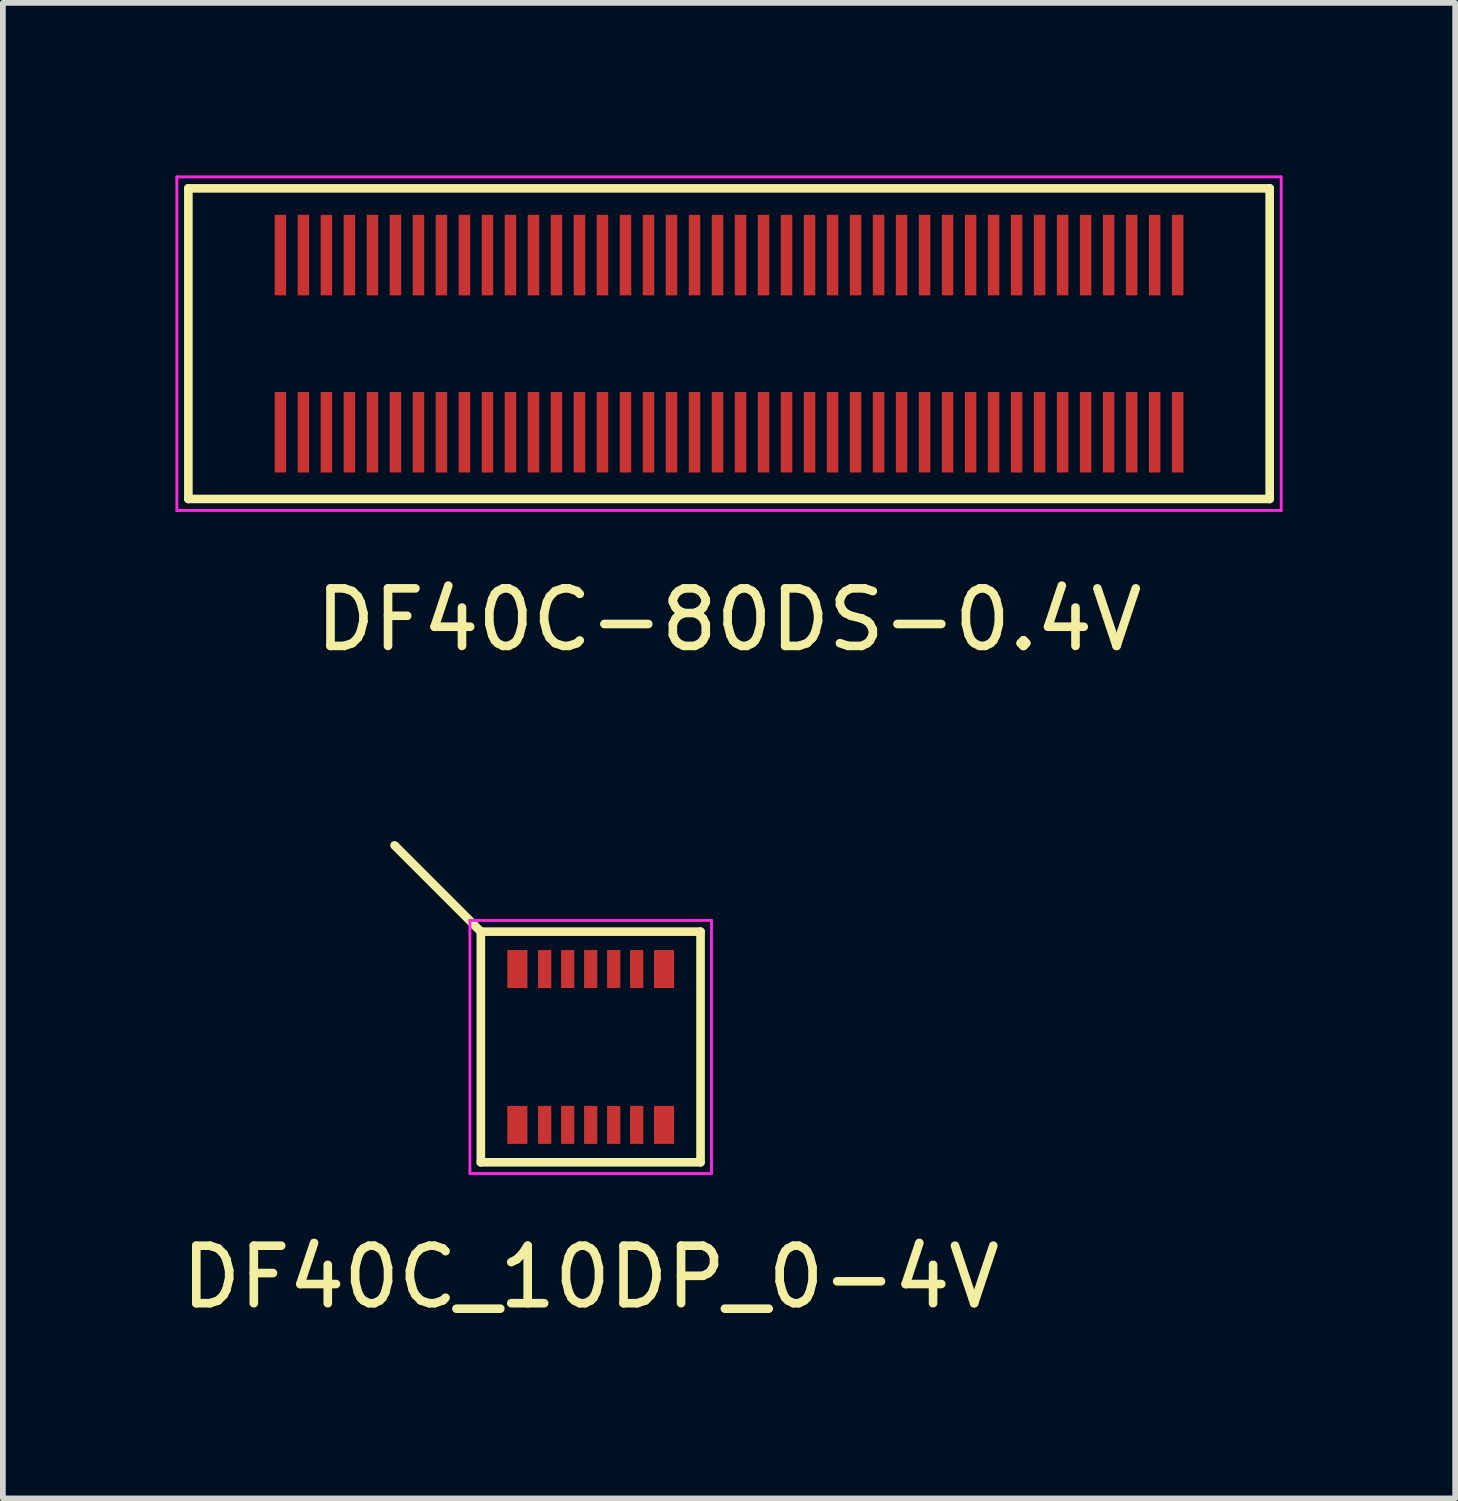
<source format=kicad_pcb>
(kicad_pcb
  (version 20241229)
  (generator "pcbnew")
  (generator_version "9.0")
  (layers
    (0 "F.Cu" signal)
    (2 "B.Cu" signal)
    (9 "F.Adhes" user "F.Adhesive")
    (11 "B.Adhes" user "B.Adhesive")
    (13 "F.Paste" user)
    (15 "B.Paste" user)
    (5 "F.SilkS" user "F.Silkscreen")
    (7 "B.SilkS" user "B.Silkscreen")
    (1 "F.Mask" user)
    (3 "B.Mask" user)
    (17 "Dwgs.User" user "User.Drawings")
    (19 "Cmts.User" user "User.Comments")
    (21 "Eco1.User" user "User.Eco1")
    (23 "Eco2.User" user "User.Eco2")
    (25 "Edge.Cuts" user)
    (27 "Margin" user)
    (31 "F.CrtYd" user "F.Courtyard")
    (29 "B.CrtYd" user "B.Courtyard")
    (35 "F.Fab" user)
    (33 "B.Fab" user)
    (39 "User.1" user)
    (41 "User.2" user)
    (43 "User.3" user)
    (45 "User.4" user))
  (footprint "DF40C-80DS-0.4V"
    (layer "F.Cu")
    (at 9.625 2.925)
    (property "Reference" "DF40C-80DS-0.4V" (at 0 4.8 0) (layer "F.SilkS") (effects (font (size 1 1) (thickness 0.15))))
    (attr smd)
    (fp_line (start -9.4 -2.7) (end -9.4 2.7) (stroke (width 0.15) (type solid)) (layer "F.SilkS"))
    (fp_line (start -9.4 -2.7) (end 9.4 -2.7) (stroke (width 0.15) (type solid)) (layer "F.SilkS"))
    (fp_line (start -9.4 2.7) (end 9.4 2.7) (stroke (width 0.15) (type solid)) (layer "F.SilkS"))
    (fp_line (start 9.4 -2.7) (end 9.4 2.7) (stroke (width 0.15) (type solid)) (layer "F.SilkS"))
    (fp_line (start -9.6 -2.9) (end -9.6 2.9) (stroke (width 0.05) (type solid)) (layer "F.CrtYd"))
    (fp_line (start -9.6 -2.9) (end 9.6 -2.9) (stroke (width 0.05) (type solid)) (layer "F.CrtYd"))
    (fp_line (start -9.6 2.9) (end 9.6 2.9) (stroke (width 0.05) (type solid)) (layer "F.CrtYd"))
    (fp_line (start 9.6 -2.9) (end 9.6 2.9) (stroke (width 0.05) (type solid)) (layer "F.CrtYd"))
    (pad "1" smd rect (at -7.8 -1.54) (size 0.2 1.4) (layers "F.Cu" "F.Mask" "F.Paste"))
    (pad "2" smd rect (at -7.8 1.54) (size 0.2 1.4) (layers "F.Cu" "F.Mask" "F.Paste"))
    (pad "3" smd rect (at -7.4 -1.54) (size 0.2 1.4) (layers "F.Cu" "F.Mask" "F.Paste"))
    (pad "4" smd rect (at -7.4 1.54) (size 0.2 1.4) (layers "F.Cu" "F.Mask" "F.Paste"))
    (pad "5" smd rect (at -7 -1.54) (size 0.2 1.4) (layers "F.Cu" "F.Mask" "F.Paste"))
    (pad "6" smd rect (at -7 1.54) (size 0.2 1.4) (layers "F.Cu" "F.Mask" "F.Paste"))
    (pad "7" smd rect (at -6.6 -1.54) (size 0.2 1.4) (layers "F.Cu" "F.Mask" "F.Paste"))
    (pad "8" smd rect (at -6.6 1.54) (size 0.2 1.4) (layers "F.Cu" "F.Mask" "F.Paste"))
    (pad "9" smd rect (at -6.2 -1.54) (size 0.2 1.4) (layers "F.Cu" "F.Mask" "F.Paste"))
    (pad "10" smd rect (at -6.2 1.54) (size 0.2 1.4) (layers "F.Cu" "F.Mask" "F.Paste"))
    (pad "11" smd rect (at -5.8 -1.54) (size 0.2 1.4) (layers "F.Cu" "F.Mask" "F.Paste"))
    (pad "12" smd rect (at -5.8 1.54) (size 0.2 1.4) (layers "F.Cu" "F.Mask" "F.Paste"))
    (pad "13" smd rect (at -5.4 -1.54) (size 0.2 1.4) (layers "F.Cu" "F.Mask" "F.Paste"))
    (pad "14" smd rect (at -5.4 1.54) (size 0.2 1.4) (layers "F.Cu" "F.Mask" "F.Paste"))
    (pad "15" smd rect (at -5 -1.54) (size 0.2 1.4) (layers "F.Cu" "F.Mask" "F.Paste"))
    (pad "16" smd rect (at -5 1.54) (size 0.2 1.4) (layers "F.Cu" "F.Mask" "F.Paste"))
    (pad "17" smd rect (at -4.6 -1.54) (size 0.2 1.4) (layers "F.Cu" "F.Mask" "F.Paste"))
    (pad "18" smd rect (at -4.6 1.54) (size 0.2 1.4) (layers "F.Cu" "F.Mask" "F.Paste"))
    (pad "19" smd rect (at -4.2 -1.54) (size 0.2 1.4) (layers "F.Cu" "F.Mask" "F.Paste"))
    (pad "20" smd rect (at -4.2 1.54) (size 0.2 1.4) (layers "F.Cu" "F.Mask" "F.Paste"))
    (pad "21" smd rect (at -3.8 -1.54) (size 0.2 1.4) (layers "F.Cu" "F.Mask" "F.Paste"))
    (pad "22" smd rect (at -3.8 1.54) (size 0.2 1.4) (layers "F.Cu" "F.Mask" "F.Paste"))
    (pad "23" smd rect (at -3.4 -1.54) (size 0.2 1.4) (layers "F.Cu" "F.Mask" "F.Paste"))
    (pad "24" smd rect (at -3.4 1.54) (size 0.2 1.4) (layers "F.Cu" "F.Mask" "F.Paste"))
    (pad "25" smd rect (at -3 -1.54) (size 0.2 1.4) (layers "F.Cu" "F.Mask" "F.Paste"))
    (pad "26" smd rect (at -3 1.54) (size 0.2 1.4) (layers "F.Cu" "F.Mask" "F.Paste"))
    (pad "27" smd rect (at -2.6 -1.54) (size 0.2 1.4) (layers "F.Cu" "F.Mask" "F.Paste"))
    (pad "28" smd rect (at -2.6 1.54) (size 0.2 1.4) (layers "F.Cu" "F.Mask" "F.Paste"))
    (pad "29" smd rect (at -2.2 -1.54) (size 0.2 1.4) (layers "F.Cu" "F.Mask" "F.Paste"))
    (pad "30" smd rect (at -2.2 1.54) (size 0.2 1.4) (layers "F.Cu" "F.Mask" "F.Paste"))
    (pad "31" smd rect (at -1.8 -1.54) (size 0.2 1.4) (layers "F.Cu" "F.Mask" "F.Paste"))
    (pad "32" smd rect (at -1.8 1.54) (size 0.2 1.4) (layers "F.Cu" "F.Mask" "F.Paste"))
    (pad "33" smd rect (at -1.4 -1.54) (size 0.2 1.4) (layers "F.Cu" "F.Mask" "F.Paste"))
    (pad "34" smd rect (at -1.4 1.54) (size 0.2 1.4) (layers "F.Cu" "F.Mask" "F.Paste"))
    (pad "35" smd rect (at -1 -1.54) (size 0.2 1.4) (layers "F.Cu" "F.Mask" "F.Paste"))
    (pad "36" smd rect (at -1 1.54) (size 0.2 1.4) (layers "F.Cu" "F.Mask" "F.Paste"))
    (pad "37" smd rect (at -0.6 -1.54) (size 0.2 1.4) (layers "F.Cu" "F.Mask" "F.Paste"))
    (pad "38" smd rect (at -0.6 1.54) (size 0.2 1.4) (layers "F.Cu" "F.Mask" "F.Paste"))
    (pad "39" smd rect (at -0.2 -1.54) (size 0.2 1.4) (layers "F.Cu" "F.Mask" "F.Paste"))
    (pad "40" smd rect (at -0.2 1.54) (size 0.2 1.4) (layers "F.Cu" "F.Mask" "F.Paste"))
    (pad "41" smd rect (at 0.2 -1.54) (size 0.2 1.4) (layers "F.Cu" "F.Mask" "F.Paste"))
    (pad "42" smd rect (at 0.2 1.54) (size 0.2 1.4) (layers "F.Cu" "F.Mask" "F.Paste"))
    (pad "43" smd rect (at 0.6 -1.54) (size 0.2 1.4) (layers "F.Cu" "F.Mask" "F.Paste"))
    (pad "44" smd rect (at 0.6 1.54) (size 0.2 1.4) (layers "F.Cu" "F.Mask" "F.Paste"))
    (pad "45" smd rect (at 1 -1.54) (size 0.2 1.4) (layers "F.Cu" "F.Mask" "F.Paste"))
    (pad "46" smd rect (at 1 1.54) (size 0.2 1.4) (layers "F.Cu" "F.Mask" "F.Paste"))
    (pad "47" smd rect (at 1.4 -1.54) (size 0.2 1.4) (layers "F.Cu" "F.Mask" "F.Paste"))
    (pad "48" smd rect (at 1.4 1.54) (size 0.2 1.4) (layers "F.Cu" "F.Mask" "F.Paste"))
    (pad "49" smd rect (at 1.8 -1.54) (size 0.2 1.4) (layers "F.Cu" "F.Mask" "F.Paste"))
    (pad "50" smd rect (at 1.8 1.54) (size 0.2 1.4) (layers "F.Cu" "F.Mask" "F.Paste"))
    (pad "51" smd rect (at 2.2 -1.54) (size 0.2 1.4) (layers "F.Cu" "F.Mask" "F.Paste"))
    (pad "52" smd rect (at 2.2 1.54) (size 0.2 1.4) (layers "F.Cu" "F.Mask" "F.Paste"))
    (pad "53" smd rect (at 2.6 -1.54) (size 0.2 1.4) (layers "F.Cu" "F.Mask" "F.Paste"))
    (pad "54" smd rect (at 2.6 1.54) (size 0.2 1.4) (layers "F.Cu" "F.Mask" "F.Paste"))
    (pad "55" smd rect (at 3 -1.54) (size 0.2 1.4) (layers "F.Cu" "F.Mask" "F.Paste"))
    (pad "56" smd rect (at 3 1.54) (size 0.2 1.4) (layers "F.Cu" "F.Mask" "F.Paste"))
    (pad "57" smd rect (at 3.4 -1.54) (size 0.2 1.4) (layers "F.Cu" "F.Mask" "F.Paste"))
    (pad "58" smd rect (at 3.4 1.54) (size 0.2 1.4) (layers "F.Cu" "F.Mask" "F.Paste"))
    (pad "59" smd rect (at 3.8 -1.54) (size 0.2 1.4) (layers "F.Cu" "F.Mask" "F.Paste"))
    (pad "60" smd rect (at 3.8 1.54) (size 0.2 1.4) (layers "F.Cu" "F.Mask" "F.Paste"))
    (pad "61" smd rect (at 4.2 -1.54) (size 0.2 1.4) (layers "F.Cu" "F.Mask" "F.Paste"))
    (pad "62" smd rect (at 4.2 1.54) (size 0.2 1.4) (layers "F.Cu" "F.Mask" "F.Paste"))
    (pad "63" smd rect (at 4.6 -1.54) (size 0.2 1.4) (layers "F.Cu" "F.Mask" "F.Paste"))
    (pad "64" smd rect (at 4.6 1.54) (size 0.2 1.4) (layers "F.Cu" "F.Mask" "F.Paste"))
    (pad "65" smd rect (at 5 -1.54) (size 0.2 1.4) (layers "F.Cu" "F.Mask" "F.Paste"))
    (pad "66" smd rect (at 5 1.54) (size 0.2 1.4) (layers "F.Cu" "F.Mask" "F.Paste"))
    (pad "67" smd rect (at 5.4 -1.54) (size 0.2 1.4) (layers "F.Cu" "F.Mask" "F.Paste"))
    (pad "68" smd rect (at 5.4 1.54) (size 0.2 1.4) (layers "F.Cu" "F.Mask" "F.Paste"))
    (pad "69" smd rect (at 5.8 -1.54) (size 0.2 1.4) (layers "F.Cu" "F.Mask" "F.Paste"))
    (pad "70" smd rect (at 5.8 1.54) (size 0.2 1.4) (layers "F.Cu" "F.Mask" "F.Paste"))
    (pad "71" smd rect (at 6.2 -1.54) (size 0.2 1.4) (layers "F.Cu" "F.Mask" "F.Paste"))
    (pad "72" smd rect (at 6.2 1.54) (size 0.2 1.4) (layers "F.Cu" "F.Mask" "F.Paste"))
    (pad "73" smd rect (at 6.6 -1.54) (size 0.2 1.4) (layers "F.Cu" "F.Mask" "F.Paste"))
    (pad "74" smd rect (at 6.6 1.54) (size 0.2 1.4) (layers "F.Cu" "F.Mask" "F.Paste"))
    (pad "75" smd rect (at 7 -1.54) (size 0.2 1.4) (layers "F.Cu" "F.Mask" "F.Paste"))
    (pad "76" smd rect (at 7 1.54) (size 0.2 1.4) (layers "F.Cu" "F.Mask" "F.Paste"))
    (pad "77" smd rect (at 7.4 -1.54) (size 0.2 1.4) (layers "F.Cu" "F.Mask" "F.Paste"))
    (pad "78" smd rect (at 7.4 1.54) (size 0.2 1.4) (layers "F.Cu" "F.Mask" "F.Paste"))
    (pad "79" smd rect (at 7.8 -1.54) (size 0.2 1.4) (layers "F.Cu" "F.Mask" "F.Paste"))
    (pad "80" smd rect (at 7.8 1.54) (size 0.2 1.4) (layers "F.Cu" "F.Mask" "F.Paste")))
  (footprint "DF40C_10DP_0-4V"
    (layer "F.Cu")
    (at 7.22 15.153)
    (property "Reference" "DF40C_10DP_0-4V" (at 0 4 0) (layer "F.SilkS") (effects (font (size 1 1) (thickness 0.15))))
    (attr smd)
    (fp_line (start -1.91 -2.005) (end -3.41 -3.505) (stroke (width 0.15) (type solid)) (layer "F.SilkS"))
    (fp_line (start -1.91 -2.005) (end -1.91 2.005) (stroke (width 0.15) (type solid)) (layer "F.SilkS"))
    (fp_line (start -1.91 -2.005) (end 1.91 -2.005) (stroke (width 0.15) (type solid)) (layer "F.SilkS"))
    (fp_line (start 1.91 2.005) (end -1.91 2.005) (stroke (width 0.15) (type solid)) (layer "F.SilkS"))
    (fp_line (start 1.91 2.005) (end 1.91 -2.005) (stroke (width 0.15) (type solid)) (layer "F.SilkS"))
    (fp_line (start -2.1 -2.2) (end -2.1 2.2) (stroke (width 0.05) (type solid)) (layer "F.CrtYd"))
    (fp_line (start -2.1 -2.2) (end 2.1 -2.2) (stroke (width 0.05) (type solid)) (layer "F.CrtYd"))
    (fp_line (start 2.1 2.2) (end -2.1 2.2) (stroke (width 0.05) (type solid)) (layer "F.CrtYd"))
    (fp_line (start 2.1 2.2) (end 2.1 -2.2) (stroke (width 0.05) (type solid)) (layer "F.CrtYd"))
    (pad "1" smd rect (at -0.8 1.355) (size 0.23 0.66) (layers "F.Cu" "F.Mask" "F.Paste"))
    (pad "2" smd rect (at -0.8 -1.355) (size 0.23 0.66) (layers "F.Cu" "F.Mask" "F.Paste"))
    (pad "3" smd rect (at -0.4 1.355) (size 0.23 0.66) (layers "F.Cu" "F.Mask" "F.Paste"))
    (pad "4" smd rect (at -0.4 -1.355) (size 0.23 0.66) (layers "F.Cu" "F.Mask" "F.Paste"))
    (pad "5" smd rect (at 0 1.355) (size 0.23 0.66) (layers "F.Cu" "F.Mask" "F.Paste"))
    (pad "6" smd rect (at 0 -1.355) (size 0.23 0.66) (layers "F.Cu" "F.Mask" "F.Paste"))
    (pad "7" smd rect (at 0.4 1.355) (size 0.23 0.66) (layers "F.Cu" "F.Mask" "F.Paste"))
    (pad "8" smd rect (at 0.4 -1.355) (size 0.23 0.66) (layers "F.Cu" "F.Mask" "F.Paste"))
    (pad "9" smd rect (at 0.8 1.355) (size 0.23 0.66) (layers "F.Cu" "F.Mask" "F.Paste"))
    (pad "10" smd rect (at 0.8 -1.355) (size 0.23 0.66) (layers "F.Cu" "F.Mask" "F.Paste"))
    (pad "GND" smd rect (at -1.275 -1.355) (size 0.35 0.66) (layers "F.Cu" "F.Mask" "F.Paste"))
    (pad "GND" smd rect (at -1.275 1.355) (size 0.35 0.66) (layers "F.Cu" "F.Mask" "F.Paste"))
    (pad "GND" smd rect (at 1.275 -1.355) (size 0.35 0.66) (layers "F.Cu" "F.Mask" "F.Paste"))
    (pad "GND" smd rect (at 1.275 1.355) (size 0.35 0.66) (layers "F.Cu" "F.Mask" "F.Paste")))
  (gr_rect
    (start -3 -3)
    (end 22.25 23.002)
    (stroke (width 0.1) (type default))
    (fill no)
    (layer "Edge.Cuts")))
</source>
